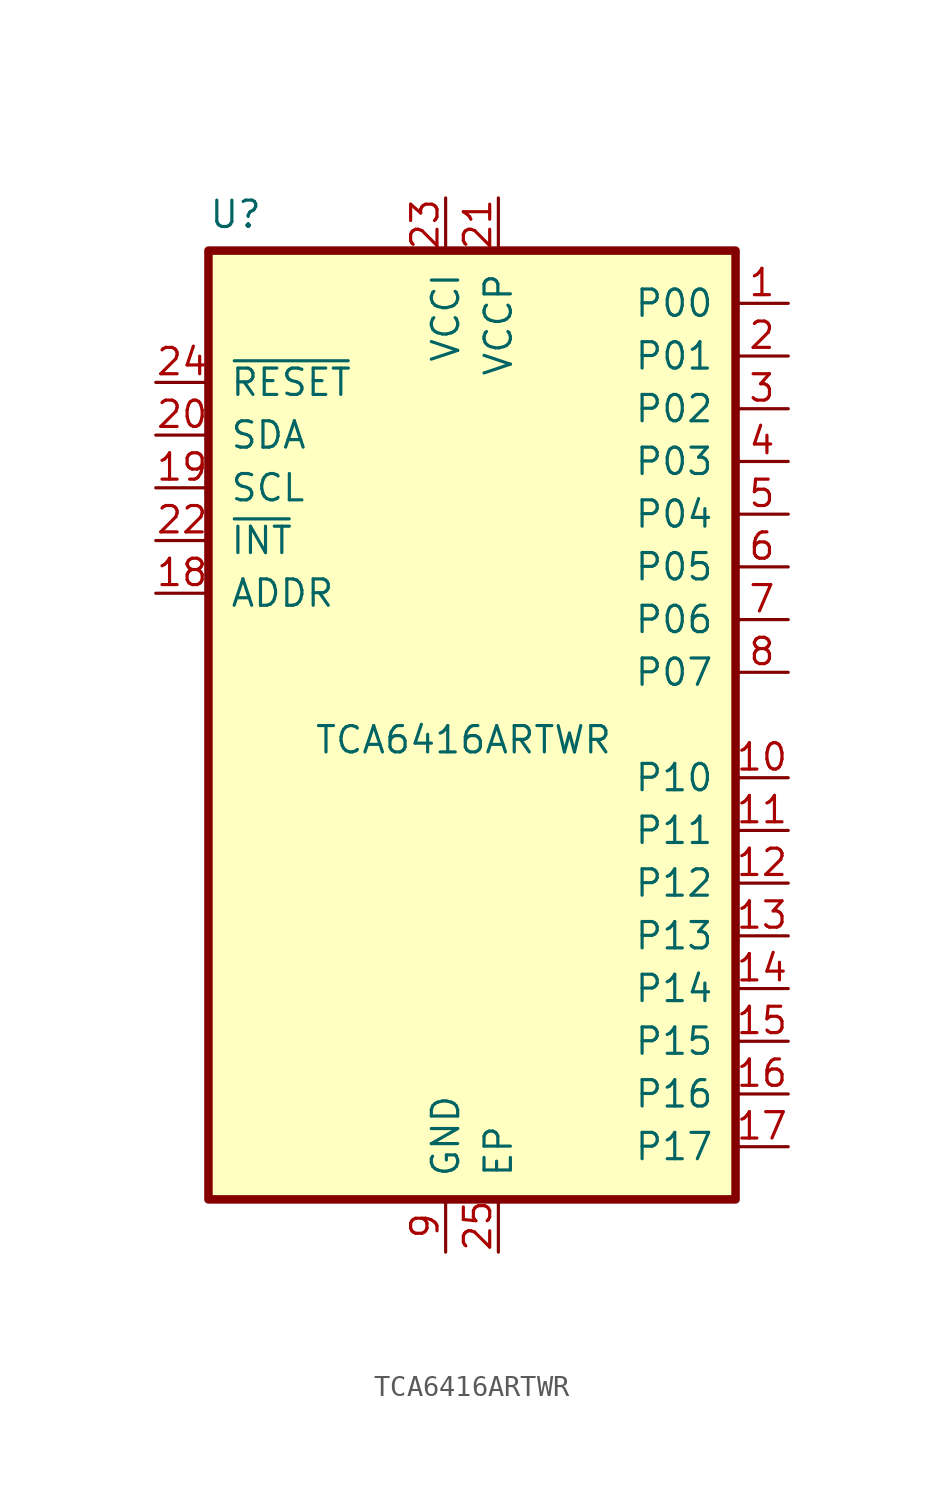
<source format=kicad_sym>
(kicad_symbol_lib
  (version 20220914)
  (generator kicad_symbol_editor)
  (symbol "TCA6416ARTWR"
    (pin_names
      (offset 1.016))
    (property "Reference" "U"
      (at -12.7 23.86 0)
      (effects (font (size 1.27 1.27)) (justify left bottom)))
    (property "Value" "TCA6416ARTWR"
      (at -7.62 -1.46 0)
      (effects (font (size 1.27 1.27)) (justify left bottom)))
    (symbol "TCA6416ARTWR_0_0"
      (rectangle (start -12.7 22.86) (end 12.7 -22.86) (stroke (width 0.41) (type default)) (fill (type background))))
    (symbol "TCA6416ARTWR_1_0"
      (pin bidirectional line (at 15.24 20.32 180) (length 2.54) (name "P00" (effects (font (size 1.27 1.27)))) (number "1" (effects (font (size 1.27 1.27)))))
      (pin bidirectional line (at 15.24 -2.54 180) (length 2.54) (name "P10" (effects (font (size 1.27 1.27)))) (number "10" (effects (font (size 1.27 1.27)))))
      (pin bidirectional line (at 15.24 -5.08 180) (length 2.54) (name "P11" (effects (font (size 1.27 1.27)))) (number "11" (effects (font (size 1.27 1.27)))))
      (pin bidirectional line (at 15.24 -7.62 180) (length 2.54) (name "P12" (effects (font (size 1.27 1.27)))) (number "12" (effects (font (size 1.27 1.27)))))
      (pin bidirectional line (at 15.24 -10.16 180) (length 2.54) (name "P13" (effects (font (size 1.27 1.27)))) (number "13" (effects (font (size 1.27 1.27)))))
      (pin bidirectional line (at 15.24 -12.7 180) (length 2.54) (name "P14" (effects (font (size 1.27 1.27)))) (number "14" (effects (font (size 1.27 1.27)))))
      (pin bidirectional line (at 15.24 -15.24 180) (length 2.54) (name "P15" (effects (font (size 1.27 1.27)))) (number "15" (effects (font (size 1.27 1.27)))))
      (pin bidirectional line (at 15.24 -17.78 180) (length 2.54) (name "P16" (effects (font (size 1.27 1.27)))) (number "16" (effects (font (size 1.27 1.27)))))
      (pin bidirectional line (at 15.24 -20.32 180) (length 2.54) (name "P17" (effects (font (size 1.27 1.27)))) (number "17" (effects (font (size 1.27 1.27)))))
      (pin input line (at -15.24 6.35 0) (length 2.54) (name "ADDR" (effects (font (size 1.27 1.27)))) (number "18" (effects (font (size 1.27 1.27)))))
      (pin input line (at -15.24 11.43 0) (length 2.54) (name "SCL" (effects (font (size 1.27 1.27)))) (number "19" (effects (font (size 1.27 1.27)))))
      (pin bidirectional line (at 15.24 17.78 180) (length 2.54) (name "P01" (effects (font (size 1.27 1.27)))) (number "2" (effects (font (size 1.27 1.27)))))
      (pin bidirectional line (at -15.24 13.97 0) (length 2.54) (name "SDA" (effects (font (size 1.27 1.27)))) (number "20" (effects (font (size 1.27 1.27)))))
      (pin power_in line (at 1.27 25.4 270) (length 2.54) (name "VCCP" (effects (font (size 1.27 1.27)))) (number "21" (effects (font (size 1.27 1.27)))))
      (pin output line (at -15.24 8.89 0) (length 2.54) (name "~{INT}" (effects (font (size 1.27 1.27)))) (number "22" (effects (font (size 1.27 1.27)))))
      (pin power_in line (at -1.27 25.4 270) (length 2.54) (name "VCCI" (effects (font (size 1.27 1.27)))) (number "23" (effects (font (size 1.27 1.27)))))
      (pin input line (at -15.24 16.51 0) (length 2.54) (name "~{RESET}" (effects (font (size 1.27 1.27)))) (number "24" (effects (font (size 1.27 1.27)))))
      (pin passive line (at 1.27 -25.4 90) (length 2.54) (name "EP" (effects (font (size 1.27 1.27)))) (number "25" (effects (font (size 1.27 1.27)))))
      (pin bidirectional line (at 15.24 15.24 180) (length 2.54) (name "P02" (effects (font (size 1.27 1.27)))) (number "3" (effects (font (size 1.27 1.27)))))
      (pin bidirectional line (at 15.24 12.7 180) (length 2.54) (name "P03" (effects (font (size 1.27 1.27)))) (number "4" (effects (font (size 1.27 1.27)))))
      (pin bidirectional line (at 15.24 10.16 180) (length 2.54) (name "P04" (effects (font (size 1.27 1.27)))) (number "5" (effects (font (size 1.27 1.27)))))
      (pin bidirectional line (at 15.24 7.62 180) (length 2.54) (name "P05" (effects (font (size 1.27 1.27)))) (number "6" (effects (font (size 1.27 1.27)))))
      (pin bidirectional line (at 15.24 5.08 180) (length 2.54) (name "P06" (effects (font (size 1.27 1.27)))) (number "7" (effects (font (size 1.27 1.27)))))
      (pin bidirectional line (at 15.24 2.54 180) (length 2.54) (name "P07" (effects (font (size 1.27 1.27)))) (number "8" (effects (font (size 1.27 1.27)))))
      (pin power_in line (at -1.27 -25.4 90) (length 2.54) (name "GND" (effects (font (size 1.27 1.27)))) (number "9" (effects (font (size 1.27 1.27))))))))
</source>
